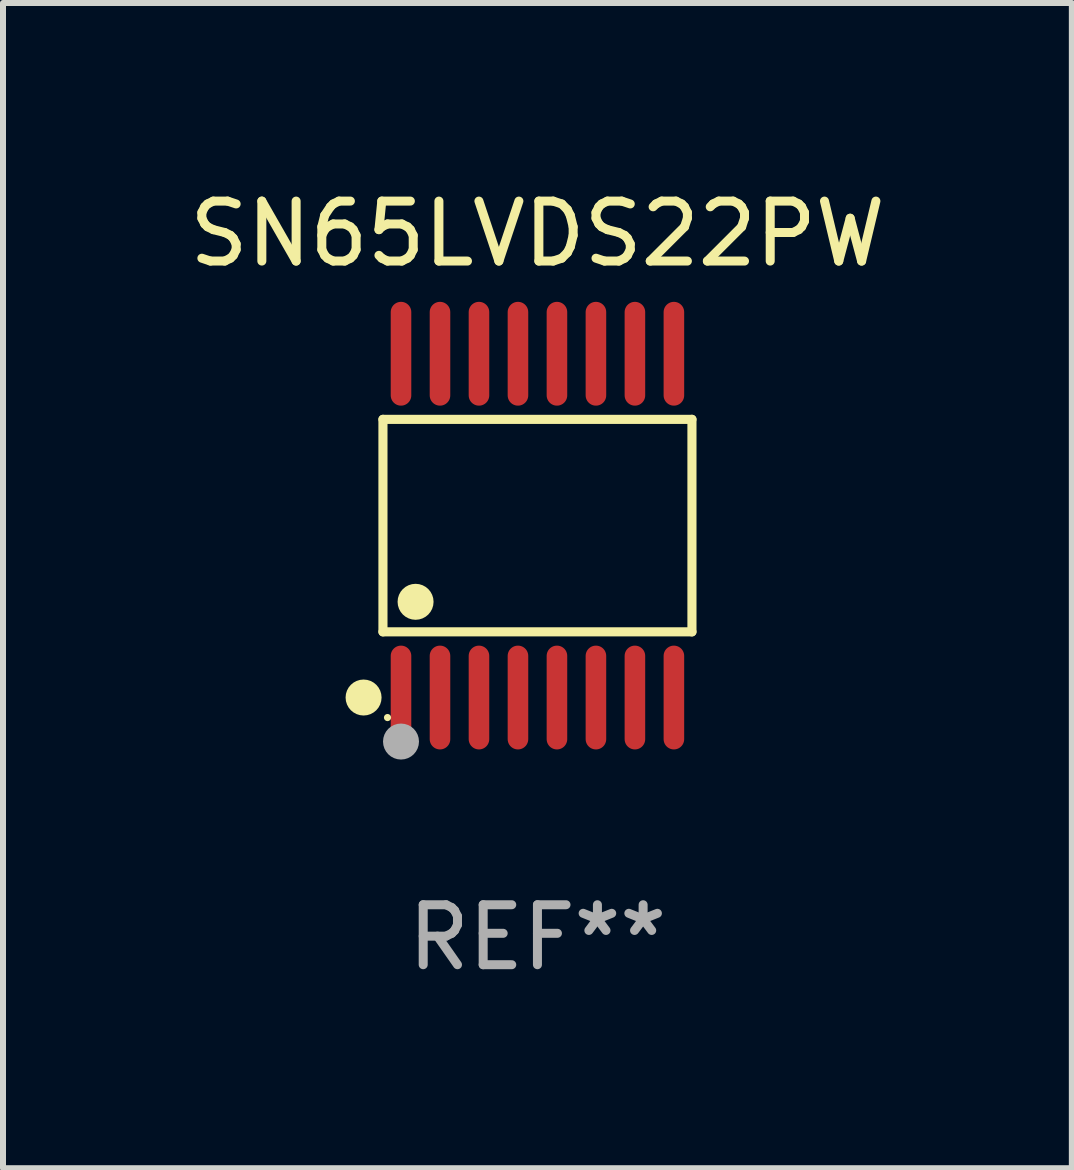
<source format=kicad_pcb>
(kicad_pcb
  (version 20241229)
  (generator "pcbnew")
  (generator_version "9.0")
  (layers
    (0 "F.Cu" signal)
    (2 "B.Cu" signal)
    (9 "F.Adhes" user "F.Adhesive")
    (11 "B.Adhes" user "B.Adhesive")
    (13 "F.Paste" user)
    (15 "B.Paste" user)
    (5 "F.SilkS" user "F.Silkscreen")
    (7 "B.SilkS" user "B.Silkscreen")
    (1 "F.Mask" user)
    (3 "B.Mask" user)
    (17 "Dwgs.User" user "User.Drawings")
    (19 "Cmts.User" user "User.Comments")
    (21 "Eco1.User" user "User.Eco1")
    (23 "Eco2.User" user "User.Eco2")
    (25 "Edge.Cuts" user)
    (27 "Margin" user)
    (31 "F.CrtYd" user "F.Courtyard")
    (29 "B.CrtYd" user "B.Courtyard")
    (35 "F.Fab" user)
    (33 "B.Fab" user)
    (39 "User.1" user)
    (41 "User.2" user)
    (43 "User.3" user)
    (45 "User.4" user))
  (footprint "SN65LVDS22PW"
    (layer "F.Cu")
    (at 5.911 5.714)
    (property "Reference" "SN65LVDS22PW" (at 0 -4.866 0) (layer "F.SilkS") (effects (font (size 1 1) (thickness 0.15))))
    (attr through_hole)
    (fp_line (start -2.576 -1.772) (end 2.576 -1.772) (stroke (width 0.152) (type solid)) (layer "F.SilkS"))
    (fp_line (start -2.576 1.771) (end -2.576 -1.772) (stroke (width 0.152) (type solid)) (layer "F.SilkS"))
    (fp_line (start 2.576 -1.772) (end 2.576 1.771) (stroke (width 0.152) (type solid)) (layer "F.SilkS"))
    (fp_line (start 2.576 1.771) (end -2.576 1.771) (stroke (width 0.152) (type solid)) (layer "F.SilkS"))
    (fp_circle (center -2.899 2.866) (end -2.749 2.866) (stroke (width 0.3) (type solid)) (fill no) (layer "F.SilkS"))
    (fp_circle (center -2.5 3.2) (end -2.47 3.2) (stroke (width 0.06) (type solid)) (fill no) (layer "F.SilkS"))
    (fp_circle (center -2.032 1.27) (end -1.882 1.27) (stroke (width 0.3) (type solid)) (fill no) (layer "F.SilkS"))
    (fp_circle (center -2.275 3.6) (end -2.125 3.6) (stroke (width 0.3) (type solid)) (fill no) (layer "F.Fab"))
    (fp_text user "REF**" (at 0 6.866 0) (layer "F.Fab") (effects (font (size 1 1) (thickness 0.15))))
    (pad "1" smd oval (at -2.275 2.866) (size 0.343 1.731) (layers "F.Cu" "F.Mask" "F.Paste"))
    (pad "2" smd oval (at -1.625 2.866) (size 0.343 1.731) (layers "F.Cu" "F.Mask" "F.Paste"))
    (pad "3" smd oval (at -0.975 2.866) (size 0.343 1.731) (layers "F.Cu" "F.Mask" "F.Paste"))
    (pad "4" smd oval (at -0.325 2.866) (size 0.343 1.731) (layers "F.Cu" "F.Mask" "F.Paste"))
    (pad "5" smd oval (at 0.325 2.866) (size 0.343 1.731) (layers "F.Cu" "F.Mask" "F.Paste"))
    (pad "6" smd oval (at 0.975 2.866) (size 0.343 1.731) (layers "F.Cu" "F.Mask" "F.Paste"))
    (pad "7" smd oval (at 1.625 2.866) (size 0.343 1.731) (layers "F.Cu" "F.Mask" "F.Paste"))
    (pad "8" smd oval (at 2.275 2.866) (size 0.343 1.731) (layers "F.Cu" "F.Mask" "F.Paste"))
    (pad "9" smd oval (at 2.275 -2.866) (size 0.343 1.731) (layers "F.Cu" "F.Mask" "F.Paste"))
    (pad "10" smd oval (at 1.625 -2.866) (size 0.343 1.731) (layers "F.Cu" "F.Mask" "F.Paste"))
    (pad "11" smd oval (at 0.975 -2.866) (size 0.343 1.731) (layers "F.Cu" "F.Mask" "F.Paste"))
    (pad "12" smd oval (at 0.325 -2.866) (size 0.343 1.731) (layers "F.Cu" "F.Mask" "F.Paste"))
    (pad "13" smd oval (at -0.325 -2.866) (size 0.343 1.731) (layers "F.Cu" "F.Mask" "F.Paste"))
    (pad "14" smd oval (at -0.975 -2.866) (size 0.343 1.731) (layers "F.Cu" "F.Mask" "F.Paste"))
    (pad "15" smd oval (at -1.625 -2.866) (size 0.343 1.731) (layers "F.Cu" "F.Mask" "F.Paste"))
    (pad "16" smd oval (at -2.275 -2.866) (size 0.343 1.731) (layers "F.Cu" "F.Mask" "F.Paste")))
  (gr_rect
    (start -3 -3)
    (end 14.821 16.428)
    (stroke (width 0.1) (type default))
    (fill no)
    (layer "Edge.Cuts")))
</source>
